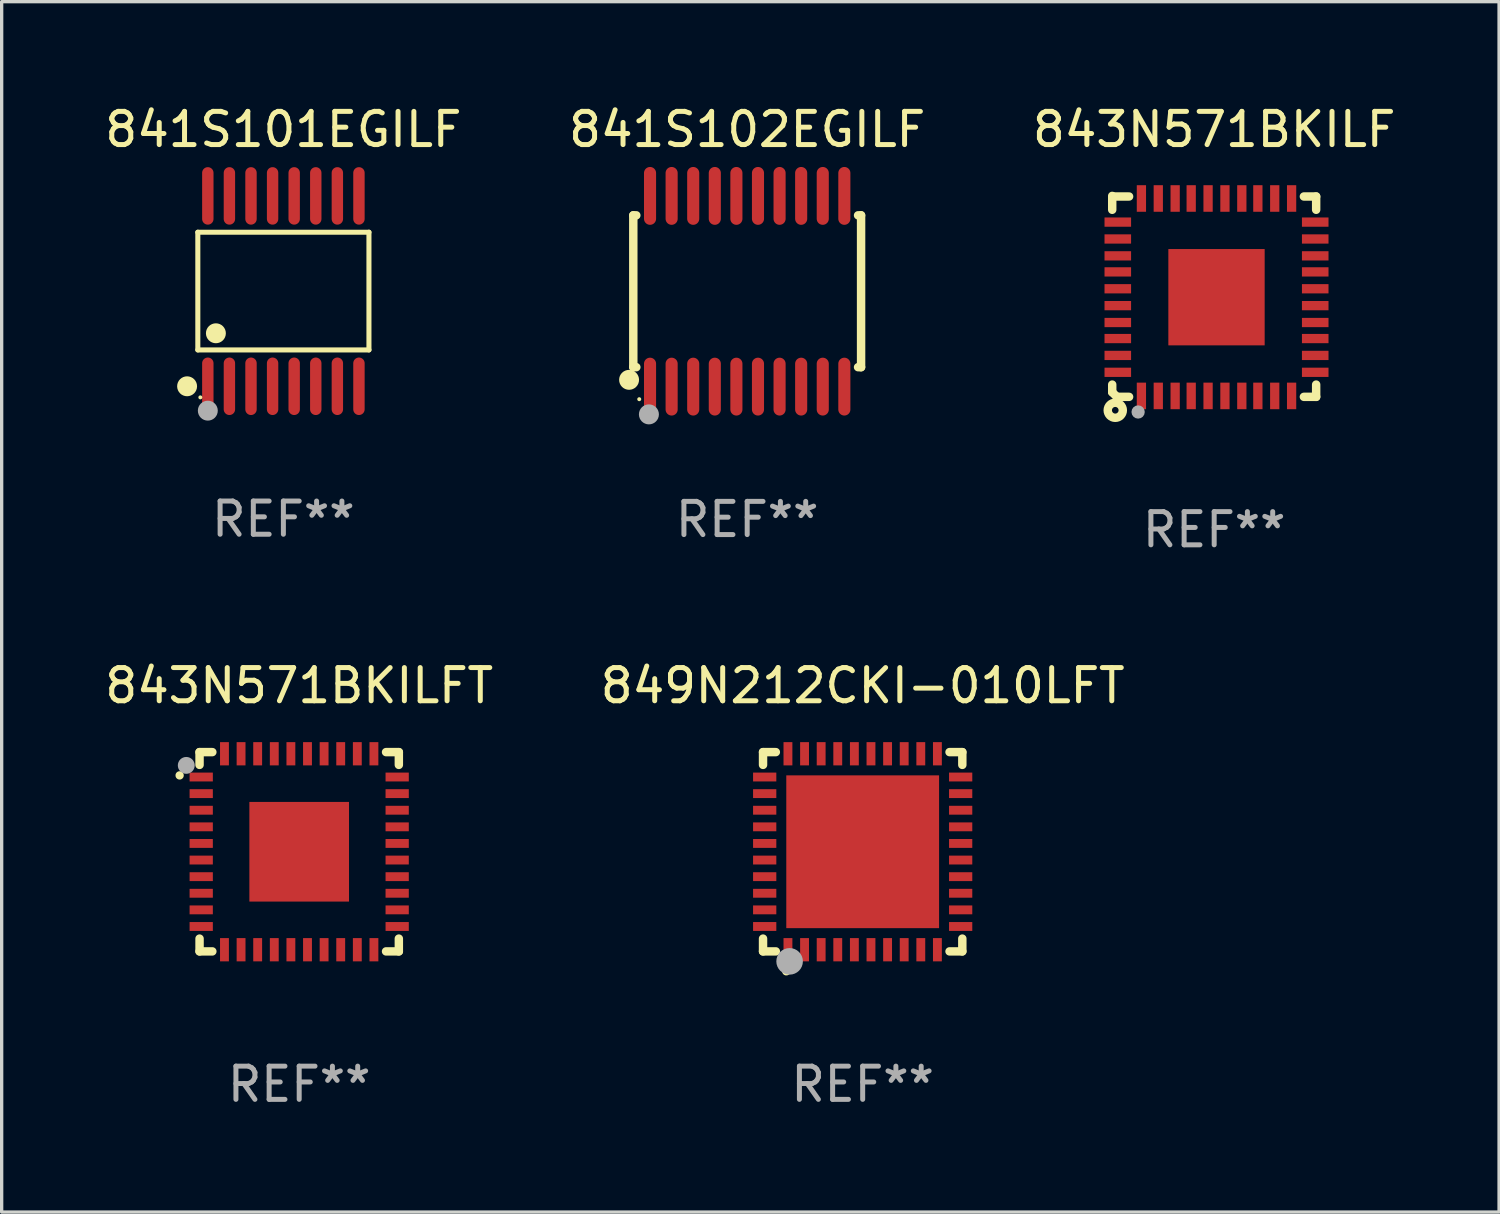
<source format=kicad_pcb>
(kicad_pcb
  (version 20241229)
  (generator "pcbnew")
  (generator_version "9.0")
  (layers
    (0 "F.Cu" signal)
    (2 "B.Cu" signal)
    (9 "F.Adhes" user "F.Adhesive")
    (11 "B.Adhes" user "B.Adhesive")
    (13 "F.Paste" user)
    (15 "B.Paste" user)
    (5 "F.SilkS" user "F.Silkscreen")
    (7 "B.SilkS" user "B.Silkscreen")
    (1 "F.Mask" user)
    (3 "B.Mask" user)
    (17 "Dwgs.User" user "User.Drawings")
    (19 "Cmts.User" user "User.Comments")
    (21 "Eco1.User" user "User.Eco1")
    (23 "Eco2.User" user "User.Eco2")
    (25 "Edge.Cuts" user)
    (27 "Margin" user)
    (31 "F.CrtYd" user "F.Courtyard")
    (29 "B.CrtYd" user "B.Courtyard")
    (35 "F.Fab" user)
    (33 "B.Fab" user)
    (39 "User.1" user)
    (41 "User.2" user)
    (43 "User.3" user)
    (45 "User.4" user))
  (footprint "841S101EGILF"
    (layer "F.Cu")
    (at 5.482 5.714)
    (property "Reference" "841S101EGILF" (at 0 -4.866 0) (layer "F.SilkS") (effects (font (size 1 1) (thickness 0.15))))
    (attr through_hole)
    (fp_line (start -2.576 -1.772) (end 2.576 -1.772) (stroke (width 0.152) (type solid)) (layer "F.SilkS"))
    (fp_line (start -2.576 1.771) (end -2.576 -1.772) (stroke (width 0.152) (type solid)) (layer "F.SilkS"))
    (fp_line (start 2.576 -1.772) (end 2.576 1.771) (stroke (width 0.152) (type solid)) (layer "F.SilkS"))
    (fp_line (start 2.576 1.771) (end -2.576 1.771) (stroke (width 0.152) (type solid)) (layer "F.SilkS"))
    (fp_circle (center -2.899 2.866) (end -2.749 2.866) (stroke (width 0.3) (type solid)) (fill no) (layer "F.SilkS"))
    (fp_circle (center -2.5 3.2) (end -2.47 3.2) (stroke (width 0.06) (type solid)) (fill no) (layer "F.SilkS"))
    (fp_circle (center -2.032 1.27) (end -1.882 1.27) (stroke (width 0.3) (type solid)) (fill no) (layer "F.SilkS"))
    (fp_circle (center -2.275 3.6) (end -2.125 3.6) (stroke (width 0.3) (type solid)) (fill no) (layer "F.Fab"))
    (fp_text user "REF**" (at 0 6.866 0) (layer "F.Fab") (effects (font (size 1 1) (thickness 0.15))))
    (pad "1" smd oval (at -2.275 2.866) (size 0.343 1.731) (layers "F.Cu" "F.Mask" "F.Paste"))
    (pad "2" smd oval (at -1.625 2.866) (size 0.343 1.731) (layers "F.Cu" "F.Mask" "F.Paste"))
    (pad "3" smd oval (at -0.975 2.866) (size 0.343 1.731) (layers "F.Cu" "F.Mask" "F.Paste"))
    (pad "4" smd oval (at -0.325 2.866) (size 0.343 1.731) (layers "F.Cu" "F.Mask" "F.Paste"))
    (pad "5" smd oval (at 0.325 2.866) (size 0.343 1.731) (layers "F.Cu" "F.Mask" "F.Paste"))
    (pad "6" smd oval (at 0.975 2.866) (size 0.343 1.731) (layers "F.Cu" "F.Mask" "F.Paste"))
    (pad "7" smd oval (at 1.625 2.866) (size 0.343 1.731) (layers "F.Cu" "F.Mask" "F.Paste"))
    (pad "8" smd oval (at 2.275 2.866) (size 0.343 1.731) (layers "F.Cu" "F.Mask" "F.Paste"))
    (pad "9" smd oval (at 2.275 -2.866) (size 0.343 1.731) (layers "F.Cu" "F.Mask" "F.Paste"))
    (pad "10" smd oval (at 1.625 -2.866) (size 0.343 1.731) (layers "F.Cu" "F.Mask" "F.Paste"))
    (pad "11" smd oval (at 0.975 -2.866) (size 0.343 1.731) (layers "F.Cu" "F.Mask" "F.Paste"))
    (pad "12" smd oval (at 0.325 -2.866) (size 0.343 1.731) (layers "F.Cu" "F.Mask" "F.Paste"))
    (pad "13" smd oval (at -0.325 -2.866) (size 0.343 1.731) (layers "F.Cu" "F.Mask" "F.Paste"))
    (pad "14" smd oval (at -0.975 -2.866) (size 0.343 1.731) (layers "F.Cu" "F.Mask" "F.Paste"))
    (pad "15" smd oval (at -1.625 -2.866) (size 0.343 1.731) (layers "F.Cu" "F.Mask" "F.Paste"))
    (pad "16" smd oval (at -2.275 -2.866) (size 0.343 1.731) (layers "F.Cu" "F.Mask" "F.Paste")))
  (footprint "849N212CKI-010LFT"
    (layer "F.Cu")
    (at 22.923 22.594)
    (property "Reference" "849N212CKI-010LFT" (at 0 -5 0) (layer "F.SilkS") (effects (font (size 1 1) (thickness 0.15))))
    (attr through_hole)
    (fp_line (start -3 -3) (end -2.615 -3) (stroke (width 0.254) (type solid)) (layer "F.SilkS"))
    (fp_line (start -3 -2.615) (end -3 -3) (stroke (width 0.254) (type solid)) (layer "F.SilkS"))
    (fp_line (start -3 3) (end -3 2.615) (stroke (width 0.254) (type solid)) (layer "F.SilkS"))
    (fp_line (start -2.615 3) (end -3 3) (stroke (width 0.254) (type solid)) (layer "F.SilkS"))
    (fp_line (start 2.615 -3) (end 3 -3) (stroke (width 0.254) (type solid)) (layer "F.SilkS"))
    (fp_line (start 3 -3) (end 3 -2.615) (stroke (width 0.254) (type solid)) (layer "F.SilkS"))
    (fp_line (start 3 2.615) (end 3 3) (stroke (width 0.254) (type solid)) (layer "F.SilkS"))
    (fp_line (start 3 3) (end 2.615 3) (stroke (width 0.254) (type solid)) (layer "F.SilkS"))
    (fp_arc (start -2.3 3.6) (mid -2.29873 3.599994) (end -2.29746 3.6) (stroke (width 0.24892) (type solid)) (layer "F.SilkS"))
    (fp_circle (center -3 3) (end -2.97 3) (stroke (width 0.06) (type solid)) (fill no) (layer "F.SilkS"))
    (fp_circle (center -2.2 3.3) (end -2 3.3) (stroke (width 0.4) (type solid)) (fill no) (layer "F.Fab"))
    (fp_text user "REF**" (at 0 7 0) (layer "F.Fab") (effects (font (size 1 1) (thickness 0.15))))
    (pad "1" smd rect (at -2.25 2.95) (size 0.267 0.7) (layers "F.Cu" "F.Mask" "F.Paste"))
    (pad "2" smd rect (at -1.75 2.95) (size 0.267 0.7) (layers "F.Cu" "F.Mask" "F.Paste"))
    (pad "3" smd rect (at -1.25 2.95) (size 0.267 0.7) (layers "F.Cu" "F.Mask" "F.Paste"))
    (pad "4" smd rect (at -0.75 2.95) (size 0.267 0.7) (layers "F.Cu" "F.Mask" "F.Paste"))
    (pad "5" smd rect (at -0.25 2.95) (size 0.267 0.7) (layers "F.Cu" "F.Mask" "F.Paste"))
    (pad "6" smd rect (at 0.25 2.95) (size 0.267 0.7) (layers "F.Cu" "F.Mask" "F.Paste"))
    (pad "7" smd rect (at 0.75 2.95) (size 0.267 0.7) (layers "F.Cu" "F.Mask" "F.Paste"))
    (pad "8" smd rect (at 1.25 2.95) (size 0.267 0.7) (layers "F.Cu" "F.Mask" "F.Paste"))
    (pad "9" smd rect (at 1.75 2.95) (size 0.267 0.7) (layers "F.Cu" "F.Mask" "F.Paste"))
    (pad "10" smd rect (at 2.25 2.95) (size 0.267 0.7) (layers "F.Cu" "F.Mask" "F.Paste"))
    (pad "11" smd rect (at 2.95 2.25) (size 0.7 0.267) (layers "F.Cu" "F.Mask" "F.Paste"))
    (pad "12" smd rect (at 2.95 1.75) (size 0.7 0.267) (layers "F.Cu" "F.Mask" "F.Paste"))
    (pad "13" smd rect (at 2.95 1.25) (size 0.7 0.267) (layers "F.Cu" "F.Mask" "F.Paste"))
    (pad "14" smd rect (at 2.95 0.75) (size 0.7 0.267) (layers "F.Cu" "F.Mask" "F.Paste"))
    (pad "15" smd rect (at 2.95 0.25) (size 0.7 0.267) (layers "F.Cu" "F.Mask" "F.Paste"))
    (pad "16" smd rect (at 2.95 -0.25) (size 0.7 0.267) (layers "F.Cu" "F.Mask" "F.Paste"))
    (pad "17" smd rect (at 2.95 -0.75) (size 0.7 0.267) (layers "F.Cu" "F.Mask" "F.Paste"))
    (pad "18" smd rect (at 2.95 -1.25) (size 0.7 0.267) (layers "F.Cu" "F.Mask" "F.Paste"))
    (pad "19" smd rect (at 2.95 -1.75) (size 0.7 0.267) (layers "F.Cu" "F.Mask" "F.Paste"))
    (pad "20" smd rect (at 2.95 -2.25) (size 0.7 0.267) (layers "F.Cu" "F.Mask" "F.Paste"))
    (pad "21" smd rect (at 2.25 -2.95) (size 0.267 0.7) (layers "F.Cu" "F.Mask" "F.Paste"))
    (pad "22" smd rect (at 1.75 -2.95) (size 0.267 0.7) (layers "F.Cu" "F.Mask" "F.Paste"))
    (pad "23" smd rect (at 1.25 -2.95) (size 0.267 0.7) (layers "F.Cu" "F.Mask" "F.Paste"))
    (pad "24" smd rect (at 0.75 -2.95) (size 0.267 0.7) (layers "F.Cu" "F.Mask" "F.Paste"))
    (pad "25" smd rect (at 0.25 -2.95) (size 0.267 0.7) (layers "F.Cu" "F.Mask" "F.Paste"))
    (pad "26" smd rect (at -0.25 -2.95) (size 0.267 0.7) (layers "F.Cu" "F.Mask" "F.Paste"))
    (pad "27" smd rect (at -0.75 -2.95) (size 0.267 0.7) (layers "F.Cu" "F.Mask" "F.Paste"))
    (pad "28" smd rect (at -1.25 -2.95) (size 0.267 0.7) (layers "F.Cu" "F.Mask" "F.Paste"))
    (pad "29" smd rect (at -1.75 -2.95) (size 0.267 0.7) (layers "F.Cu" "F.Mask" "F.Paste"))
    (pad "30" smd rect (at -2.25 -2.95) (size 0.267 0.7) (layers "F.Cu" "F.Mask" "F.Paste"))
    (pad "31" smd rect (at -2.95 -2.25) (size 0.7 0.267) (layers "F.Cu" "F.Mask" "F.Paste"))
    (pad "32" smd rect (at -2.95 -1.75) (size 0.7 0.267) (layers "F.Cu" "F.Mask" "F.Paste"))
    (pad "33" smd rect (at -2.95 -1.25) (size 0.7 0.267) (layers "F.Cu" "F.Mask" "F.Paste"))
    (pad "34" smd rect (at -2.95 -0.75) (size 0.7 0.267) (layers "F.Cu" "F.Mask" "F.Paste"))
    (pad "35" smd rect (at -2.95 -0.25) (size 0.7 0.267) (layers "F.Cu" "F.Mask" "F.Paste"))
    (pad "36" smd rect (at -2.95 0.25) (size 0.7 0.267) (layers "F.Cu" "F.Mask" "F.Paste"))
    (pad "37" smd rect (at -2.95 0.75) (size 0.7 0.267) (layers "F.Cu" "F.Mask" "F.Paste"))
    (pad "38" smd rect (at -2.95 1.25) (size 0.7 0.267) (layers "F.Cu" "F.Mask" "F.Paste"))
    (pad "39" smd rect (at -2.95 1.75) (size 0.7 0.267) (layers "F.Cu" "F.Mask" "F.Paste"))
    (pad "40" smd rect (at -2.95 2.25) (size 0.7 0.267) (layers "F.Cu" "F.Mask" "F.Paste"))
    (pad "41" smd rect (at 0.000102 0.000102) (size 4.6 4.6) (layers "F.Cu" "F.Mask" "F.Paste")))
  (footprint "843N571BKILFT"
    (layer "F.Cu")
    (at 5.958 22.594)
    (property "Reference" "843N571BKILFT" (at 0 -5 0) (layer "F.SilkS") (effects (font (size 1 1) (thickness 0.15))))
    (attr through_hole)
    (fp_line (start -3 -3) (end -2.615 -3) (stroke (width 0.254) (type solid)) (layer "F.SilkS"))
    (fp_line (start -3 -2.615) (end -3 -3) (stroke (width 0.254) (type solid)) (layer "F.SilkS"))
    (fp_line (start -3 3) (end -3 2.615) (stroke (width 0.254) (type solid)) (layer "F.SilkS"))
    (fp_line (start -2.615 3) (end -3 3) (stroke (width 0.254) (type solid)) (layer "F.SilkS"))
    (fp_line (start 2.615 -3) (end 3 -3) (stroke (width 0.254) (type solid)) (layer "F.SilkS"))
    (fp_line (start 3 -3) (end 3 -2.615) (stroke (width 0.254) (type solid)) (layer "F.SilkS"))
    (fp_line (start 3 2.615) (end 3 3) (stroke (width 0.254) (type solid)) (layer "F.SilkS"))
    (fp_line (start 3 3) (end 2.615 3) (stroke (width 0.254) (type solid)) (layer "F.SilkS"))
    (fp_arc (start -3.6 -2.29746) (mid -3.600006 -2.29873) (end -3.6 -2.3) (stroke (width 0.24892) (type solid)) (layer "F.SilkS"))
    (fp_circle (center -3 -3) (end -2.97 -3) (stroke (width 0.06) (type solid)) (fill no) (layer "F.SilkS"))
    (fp_circle (center -3.4 -2.6) (end -3.273 -2.6) (stroke (width 0.254) (type solid)) (fill no) (layer "F.Fab"))
    (fp_text user "REF**" (at 0 7 0) (layer "F.Fab") (effects (font (size 1 1) (thickness 0.15))))
    (pad "1" smd rect (at -2.95 -2.25 270) (size 0.267 0.7) (layers "F.Cu" "F.Mask" "F.Paste"))
    (pad "2" smd rect (at -2.95 -1.75 270) (size 0.267 0.7) (layers "F.Cu" "F.Mask" "F.Paste"))
    (pad "3" smd rect (at -2.95 -1.25 270) (size 0.267 0.7) (layers "F.Cu" "F.Mask" "F.Paste"))
    (pad "4" smd rect (at -2.95 -0.75 270) (size 0.267 0.7) (layers "F.Cu" "F.Mask" "F.Paste"))
    (pad "5" smd rect (at -2.95 -0.25 270) (size 0.267 0.7) (layers "F.Cu" "F.Mask" "F.Paste"))
    (pad "6" smd rect (at -2.95 0.25 270) (size 0.267 0.7) (layers "F.Cu" "F.Mask" "F.Paste"))
    (pad "7" smd rect (at -2.95 0.75 270) (size 0.267 0.7) (layers "F.Cu" "F.Mask" "F.Paste"))
    (pad "8" smd rect (at -2.95 1.25 270) (size 0.267 0.7) (layers "F.Cu" "F.Mask" "F.Paste"))
    (pad "9" smd rect (at -2.95 1.75 270) (size 0.267 0.7) (layers "F.Cu" "F.Mask" "F.Paste"))
    (pad "10" smd rect (at -2.95 2.25 270) (size 0.267 0.7) (layers "F.Cu" "F.Mask" "F.Paste"))
    (pad "11" smd rect (at -2.25 2.95 270) (size 0.7 0.267) (layers "F.Cu" "F.Mask" "F.Paste"))
    (pad "12" smd rect (at -1.75 2.95 270) (size 0.7 0.267) (layers "F.Cu" "F.Mask" "F.Paste"))
    (pad "13" smd rect (at -1.25 2.95 270) (size 0.7 0.267) (layers "F.Cu" "F.Mask" "F.Paste"))
    (pad "14" smd rect (at -0.75 2.95 270) (size 0.7 0.267) (layers "F.Cu" "F.Mask" "F.Paste"))
    (pad "15" smd rect (at -0.25 2.95 270) (size 0.7 0.267) (layers "F.Cu" "F.Mask" "F.Paste"))
    (pad "16" smd rect (at 0.25 2.95 270) (size 0.7 0.267) (layers "F.Cu" "F.Mask" "F.Paste"))
    (pad "17" smd rect (at 0.75 2.95 270) (size 0.7 0.267) (layers "F.Cu" "F.Mask" "F.Paste"))
    (pad "18" smd rect (at 1.25 2.95 270) (size 0.7 0.267) (layers "F.Cu" "F.Mask" "F.Paste"))
    (pad "19" smd rect (at 1.75 2.95 270) (size 0.7 0.267) (layers "F.Cu" "F.Mask" "F.Paste"))
    (pad "20" smd rect (at 2.25 2.95 270) (size 0.7 0.267) (layers "F.Cu" "F.Mask" "F.Paste"))
    (pad "21" smd rect (at 2.95 2.25 270) (size 0.267 0.7) (layers "F.Cu" "F.Mask" "F.Paste"))
    (pad "22" smd rect (at 2.95 1.75 270) (size 0.267 0.7) (layers "F.Cu" "F.Mask" "F.Paste"))
    (pad "23" smd rect (at 2.95 1.25 270) (size 0.267 0.7) (layers "F.Cu" "F.Mask" "F.Paste"))
    (pad "24" smd rect (at 2.95 0.75 270) (size 0.267 0.7) (layers "F.Cu" "F.Mask" "F.Paste"))
    (pad "25" smd rect (at 2.95 0.25 270) (size 0.267 0.7) (layers "F.Cu" "F.Mask" "F.Paste"))
    (pad "26" smd rect (at 2.95 -0.25 270) (size 0.267 0.7) (layers "F.Cu" "F.Mask" "F.Paste"))
    (pad "27" smd rect (at 2.95 -0.75 270) (size 0.267 0.7) (layers "F.Cu" "F.Mask" "F.Paste"))
    (pad "28" smd rect (at 2.95 -1.25 270) (size 0.267 0.7) (layers "F.Cu" "F.Mask" "F.Paste"))
    (pad "29" smd rect (at 2.95 -1.75 270) (size 0.267 0.7) (layers "F.Cu" "F.Mask" "F.Paste"))
    (pad "30" smd rect (at 2.95 -2.25 270) (size 0.267 0.7) (layers "F.Cu" "F.Mask" "F.Paste"))
    (pad "31" smd rect (at 2.25 -2.95 270) (size 0.7 0.267) (layers "F.Cu" "F.Mask" "F.Paste"))
    (pad "32" smd rect (at 1.75 -2.95 270) (size 0.7 0.267) (layers "F.Cu" "F.Mask" "F.Paste"))
    (pad "33" smd rect (at 1.25 -2.95 270) (size 0.7 0.267) (layers "F.Cu" "F.Mask" "F.Paste"))
    (pad "34" smd rect (at 0.75 -2.95 270) (size 0.7 0.267) (layers "F.Cu" "F.Mask" "F.Paste"))
    (pad "35" smd rect (at 0.25 -2.95 270) (size 0.7 0.267) (layers "F.Cu" "F.Mask" "F.Paste"))
    (pad "36" smd rect (at -0.25 -2.95 270) (size 0.7 0.267) (layers "F.Cu" "F.Mask" "F.Paste"))
    (pad "37" smd rect (at -0.75 -2.95 270) (size 0.7 0.267) (layers "F.Cu" "F.Mask" "F.Paste"))
    (pad "38" smd rect (at -1.25 -2.95 270) (size 0.7 0.267) (layers "F.Cu" "F.Mask" "F.Paste"))
    (pad "39" smd rect (at -1.75 -2.95 270) (size 0.7 0.267) (layers "F.Cu" "F.Mask" "F.Paste"))
    (pad "40" smd rect (at -2.25 -2.95 270) (size 0.7 0.267) (layers "F.Cu" "F.Mask" "F.Paste"))
    (pad "41" smd rect (at -0.000127 0.000076 270) (size 3 3) (layers "F.Cu" "F.Mask" "F.Paste")))
  (footprint "841S102EGILF"
    (layer "F.Cu")
    (at 19.446 5.719)
    (property "Reference" "841S102EGILF" (at 0 -4.871 0) (layer "F.SilkS") (effects (font (size 1 1) (thickness 0.15))))
    (attr through_hole)
    (fp_line (start -3.429 -2.286) (end -3.429 2.286) (stroke (width 0.254) (type solid)) (layer "F.SilkS"))
    (fp_line (start -3.429 2.286) (end -3.338 2.286) (stroke (width 0.254) (type solid)) (layer "F.SilkS"))
    (fp_line (start -3.338 -2.286) (end -3.429 -2.286) (stroke (width 0.254) (type solid)) (layer "F.SilkS"))
    (fp_line (start 3.338 -2.286) (end 3.429 -2.286) (stroke (width 0.254) (type solid)) (layer "F.SilkS"))
    (fp_line (start 3.429 -2.286) (end 3.429 2.286) (stroke (width 0.254) (type solid)) (layer "F.SilkS"))
    (fp_line (start 3.429 2.286) (end 3.338 2.286) (stroke (width 0.254) (type solid)) (layer "F.SilkS"))
    (fp_circle (center -3.556 2.667) (end -3.406 2.667) (stroke (width 0.3) (type solid)) (fill no) (layer "F.SilkS"))
    (fp_circle (center -3.25 3.25) (end -3.22 3.25) (stroke (width 0.06) (type solid)) (fill no) (layer "F.SilkS"))
    (fp_circle (center -2.959 3.707) (end -2.808 3.707) (stroke (width 0.3) (type solid)) (fill no) (layer "F.Fab"))
    (fp_text user "REF**" (at 0 6.871 0) (layer "F.Fab") (effects (font (size 1 1) (thickness 0.15))))
    (pad "1" smd oval (at -2.925 2.871) (size 0.364 1.742) (layers "F.Cu" "F.Mask" "F.Paste"))
    (pad "2" smd oval (at -2.275 2.871) (size 0.364 1.742) (layers "F.Cu" "F.Mask" "F.Paste"))
    (pad "3" smd oval (at -1.625 2.871) (size 0.364 1.742) (layers "F.Cu" "F.Mask" "F.Paste"))
    (pad "4" smd oval (at -0.975 2.871) (size 0.364 1.742) (layers "F.Cu" "F.Mask" "F.Paste"))
    (pad "5" smd oval (at -0.325 2.871) (size 0.364 1.742) (layers "F.Cu" "F.Mask" "F.Paste"))
    (pad "6" smd oval (at 0.325 2.871) (size 0.364 1.742) (layers "F.Cu" "F.Mask" "F.Paste"))
    (pad "7" smd oval (at 0.975 2.871) (size 0.364 1.742) (layers "F.Cu" "F.Mask" "F.Paste"))
    (pad "8" smd oval (at 1.625 2.871) (size 0.364 1.742) (layers "F.Cu" "F.Mask" "F.Paste"))
    (pad "9" smd oval (at 2.275 2.871) (size 0.364 1.742) (layers "F.Cu" "F.Mask" "F.Paste"))
    (pad "10" smd oval (at 2.925 2.871) (size 0.364 1.742) (layers "F.Cu" "F.Mask" "F.Paste"))
    (pad "11" smd oval (at 2.925 -2.871) (size 0.364 1.742) (layers "F.Cu" "F.Mask" "F.Paste"))
    (pad "12" smd oval (at 2.275 -2.871) (size 0.364 1.742) (layers "F.Cu" "F.Mask" "F.Paste"))
    (pad "13" smd oval (at 1.625 -2.871) (size 0.364 1.742) (layers "F.Cu" "F.Mask" "F.Paste"))
    (pad "14" smd oval (at 0.975 -2.871) (size 0.364 1.742) (layers "F.Cu" "F.Mask" "F.Paste"))
    (pad "15" smd oval (at 0.325 -2.871) (size 0.364 1.742) (layers "F.Cu" "F.Mask" "F.Paste"))
    (pad "16" smd oval (at -0.325 -2.871) (size 0.364 1.742) (layers "F.Cu" "F.Mask" "F.Paste"))
    (pad "17" smd oval (at -0.975 -2.871) (size 0.364 1.742) (layers "F.Cu" "F.Mask" "F.Paste"))
    (pad "18" smd oval (at -1.625 -2.871) (size 0.364 1.742) (layers "F.Cu" "F.Mask" "F.Paste"))
    (pad "19" smd oval (at -2.275 -2.871) (size 0.364 1.742) (layers "F.Cu" "F.Mask" "F.Paste"))
    (pad "20" smd oval (at -2.925 -2.871) (size 0.364 1.742) (layers "F.Cu" "F.Mask" "F.Paste")))
  (footprint "843N571BKILF"
    (layer "F.Cu")
    (at 33.506 5.873)
    (property "Reference" "843N571BKILF" (at 0 -5.025 0) (layer "F.SilkS") (effects (font (size 1 1) (thickness 0.15))))
    (attr through_hole)
    (fp_line (start -3.07 -3.025) (end -3.07 -2.607) (stroke (width 0.254) (type solid)) (layer "F.SilkS"))
    (fp_line (start -3.07 2.656) (end -3.07 2.885) (stroke (width 0.254) (type solid)) (layer "F.SilkS"))
    (fp_line (start -3.07 2.885) (end -2.93 3.025) (stroke (width 0.254) (type solid)) (layer "F.SilkS"))
    (fp_line (start -3.005 -3.007) (end -2.562 -3.007) (stroke (width 0.254) (type solid)) (layer "F.SilkS"))
    (fp_line (start -2.93 3.025) (end -2.562 3.025) (stroke (width 0.254) (type solid)) (layer "F.SilkS"))
    (fp_line (start 2.701 -3.007) (end 3.07 -3.007) (stroke (width 0.254) (type solid)) (layer "F.SilkS"))
    (fp_line (start 2.701 3.025) (end 3.07 3.025) (stroke (width 0.254) (type solid)) (layer "F.SilkS"))
    (fp_line (start 3.07 -2.607) (end 3.07 -3.007) (stroke (width 0.254) (type solid)) (layer "F.SilkS"))
    (fp_line (start 3.07 3.025) (end 3.07 2.656) (stroke (width 0.254) (type solid)) (layer "F.SilkS"))
    (fp_circle (center -2.978 3.429) (end -2.878 3.429) (stroke (width 0.254) (type solid)) (fill no) (layer "F.SilkS"))
    (fp_circle (center -2.93 3.025) (end -2.9 3.025) (stroke (width 0.06) (type solid)) (fill no) (layer "F.SilkS"))
    (fp_circle (center -2.29 3.481) (end -2.19 3.481) (stroke (width 0.2) (type solid)) (fill no) (layer "F.Fab"))
    (fp_text user "REF**" (at 0 7.025 0) (layer "F.Fab") (effects (font (size 1 1) (thickness 0.15))))
    (pad "1" smd rect (at -2.191 2.997 90) (size 0.8 0.279) (layers "F.Cu" "F.Mask" "F.Paste"))
    (pad "2" smd rect (at -1.683 2.997 90) (size 0.8 0.279) (layers "F.Cu" "F.Mask" "F.Paste"))
    (pad "3" smd rect (at -1.175 2.997 90) (size 0.8 0.279) (layers "F.Cu" "F.Mask" "F.Paste"))
    (pad "4" smd rect (at -0.692 2.997 90) (size 0.8 0.279) (layers "F.Cu" "F.Mask" "F.Paste"))
    (pad "5" smd rect (at -0.184 2.997 90) (size 0.8 0.279) (layers "F.Cu" "F.Mask" "F.Paste"))
    (pad "6" smd rect (at 0.324 2.997 90) (size 0.8 0.279) (layers "F.Cu" "F.Mask" "F.Paste"))
    (pad "7" smd rect (at 0.832 2.997 90) (size 0.8 0.279) (layers "F.Cu" "F.Mask" "F.Paste"))
    (pad "8" smd rect (at 1.315 2.997 90) (size 0.8 0.279) (layers "F.Cu" "F.Mask" "F.Paste"))
    (pad "9" smd rect (at 1.823 2.997 90) (size 0.8 0.279) (layers "F.Cu" "F.Mask" "F.Paste"))
    (pad "10" smd rect (at 2.331 2.997 90) (size 0.8 0.279) (layers "F.Cu" "F.Mask" "F.Paste"))
    (pad "11" smd rect (at 3.042 2.286 180) (size 0.8 0.279) (layers "F.Cu" "F.Mask" "F.Paste"))
    (pad "12" smd rect (at 3.042 1.778 180) (size 0.8 0.279) (layers "F.Cu" "F.Mask" "F.Paste"))
    (pad "13" smd rect (at 3.042 1.27 180) (size 0.8 0.279) (layers "F.Cu" "F.Mask" "F.Paste"))
    (pad "14" smd rect (at 3.042 0.787 180) (size 0.8 0.279) (layers "F.Cu" "F.Mask" "F.Paste"))
    (pad "15" smd rect (at 3.042 0.279 180) (size 0.8 0.279) (layers "F.Cu" "F.Mask" "F.Paste"))
    (pad "16" smd rect (at 3.042 -0.229 180) (size 0.8 0.279) (layers "F.Cu" "F.Mask" "F.Paste"))
    (pad "17" smd rect (at 3.042 -0.737 180) (size 0.8 0.279) (layers "F.Cu" "F.Mask" "F.Paste"))
    (pad "18" smd rect (at 3.042 -1.22 180) (size 0.8 0.279) (layers "F.Cu" "F.Mask" "F.Paste"))
    (pad "19" smd rect (at 3.042 -1.728 180) (size 0.8 0.279) (layers "F.Cu" "F.Mask" "F.Paste"))
    (pad "20" smd rect (at 3.042 -2.236 180) (size 0.8 0.279) (layers "F.Cu" "F.Mask" "F.Paste"))
    (pad "21" smd rect (at 2.331 -2.947 270) (size 0.8 0.279) (layers "F.Cu" "F.Mask" "F.Paste"))
    (pad "22" smd rect (at 1.823 -2.947 270) (size 0.8 0.279) (layers "F.Cu" "F.Mask" "F.Paste"))
    (pad "23" smd rect (at 1.315 -2.947 270) (size 0.8 0.279) (layers "F.Cu" "F.Mask" "F.Paste"))
    (pad "24" smd rect (at 0.832 -2.947 270) (size 0.8 0.279) (layers "F.Cu" "F.Mask" "F.Paste"))
    (pad "25" smd rect (at 0.324 -2.947 270) (size 0.8 0.279) (layers "F.Cu" "F.Mask" "F.Paste"))
    (pad "26" smd rect (at -0.184 -2.947 270) (size 0.8 0.279) (layers "F.Cu" "F.Mask" "F.Paste"))
    (pad "27" smd rect (at -0.692 -2.947 270) (size 0.8 0.279) (layers "F.Cu" "F.Mask" "F.Paste"))
    (pad "28" smd rect (at -1.175 -2.947 270) (size 0.8 0.279) (layers "F.Cu" "F.Mask" "F.Paste"))
    (pad "29" smd rect (at -1.683 -2.947 270) (size 0.8 0.279) (layers "F.Cu" "F.Mask" "F.Paste"))
    (pad "30" smd rect (at -2.191 -2.947 270) (size 0.8 0.279) (layers "F.Cu" "F.Mask" "F.Paste"))
    (pad "31" smd rect (at -2.902 -2.236) (size 0.8 0.279) (layers "F.Cu" "F.Mask" "F.Paste"))
    (pad "32" smd rect (at -2.902 -1.728) (size 0.8 0.279) (layers "F.Cu" "F.Mask" "F.Paste"))
    (pad "33" smd rect (at -2.902 -1.22) (size 0.8 0.279) (layers "F.Cu" "F.Mask" "F.Paste"))
    (pad "34" smd rect (at -2.902 -0.737) (size 0.8 0.279) (layers "F.Cu" "F.Mask" "F.Paste"))
    (pad "35" smd rect (at -2.902 -0.229) (size 0.8 0.279) (layers "F.Cu" "F.Mask" "F.Paste"))
    (pad "36" smd rect (at -2.902 0.279) (size 0.8 0.279) (layers "F.Cu" "F.Mask" "F.Paste"))
    (pad "37" smd rect (at -2.902 0.787) (size 0.8 0.279) (layers "F.Cu" "F.Mask" "F.Paste"))
    (pad "38" smd rect (at -2.902 1.27) (size 0.8 0.279) (layers "F.Cu" "F.Mask" "F.Paste"))
    (pad "39" smd rect (at -2.902 1.778) (size 0.8 0.279) (layers "F.Cu" "F.Mask" "F.Paste"))
    (pad "40" smd rect (at -2.902 2.286) (size 0.8 0.279) (layers "F.Cu" "F.Mask" "F.Paste"))
    (pad "41" smd rect (at 0.07 0.025 90) (size 2.9 2.9) (layers "F.Cu" "F.Mask" "F.Paste")))
  (gr_rect
    (start -3 -3)
    (end 42.083 33.443)
    (stroke (width 0.1) (type default))
    (fill no)
    (layer "Edge.Cuts")))
</source>
